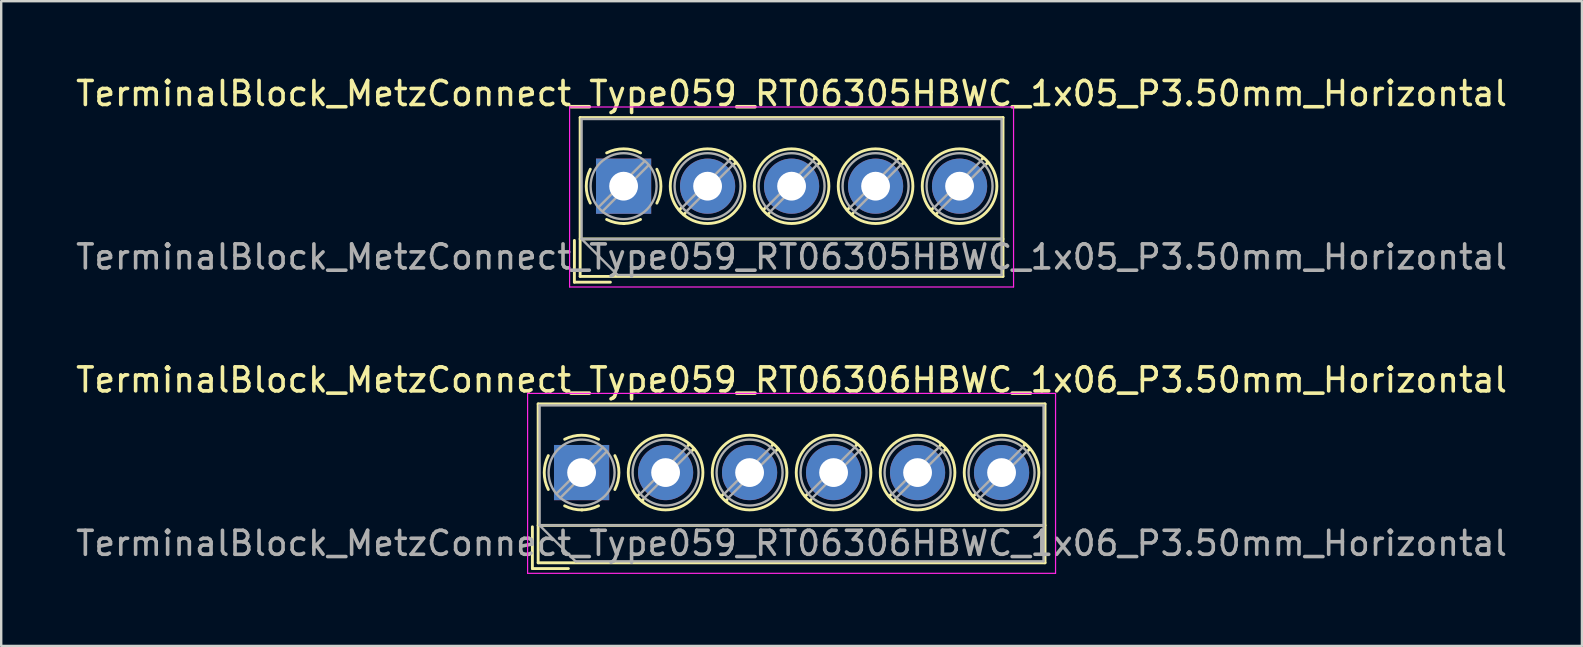
<source format=kicad_pcb>
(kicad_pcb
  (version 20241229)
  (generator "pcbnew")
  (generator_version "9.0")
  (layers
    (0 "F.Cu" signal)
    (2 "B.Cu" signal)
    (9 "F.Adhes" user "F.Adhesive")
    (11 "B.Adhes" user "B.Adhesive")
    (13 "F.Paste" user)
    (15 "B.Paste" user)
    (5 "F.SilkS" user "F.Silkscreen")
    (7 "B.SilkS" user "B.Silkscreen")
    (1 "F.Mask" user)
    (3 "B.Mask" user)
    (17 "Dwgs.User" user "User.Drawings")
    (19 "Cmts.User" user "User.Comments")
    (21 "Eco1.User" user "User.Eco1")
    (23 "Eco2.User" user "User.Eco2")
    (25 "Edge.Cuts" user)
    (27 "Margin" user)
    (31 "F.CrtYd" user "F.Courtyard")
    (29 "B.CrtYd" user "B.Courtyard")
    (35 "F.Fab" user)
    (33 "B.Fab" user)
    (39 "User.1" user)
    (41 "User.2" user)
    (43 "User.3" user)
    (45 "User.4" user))
  (footprint "TerminalBlock_MetzConnect_Type059_RT06306HBWC_1x06_P3.50mm_Horizontal"
    (layer "F.Cu")
    (at 21.185 16.642)
    (property "Reference" "TerminalBlock_MetzConnect_Type059_RT06306HBWC_1x06_P3.50mm_Horizontal" (at 8.75 -3.86 0) (layer "F.SilkS") (effects (font (size 1 1) (thickness 0.15))))
    (attr through_hole)
    (fp_line (start -2.05 2.26) (end -2.05 4) (stroke (width 0.12) (type solid)) (layer "F.SilkS"))
    (fp_line (start -2.05 4) (end -0.55 4) (stroke (width 0.12) (type solid)) (layer "F.SilkS"))
    (fp_line (start -1.81 -2.86) (end -1.81 3.76) (stroke (width 0.12) (type solid)) (layer "F.SilkS"))
    (fp_line (start -1.81 -2.86) (end 19.311 -2.86) (stroke (width 0.12) (type solid)) (layer "F.SilkS"))
    (fp_line (start -1.81 2.2) (end 19.311 2.2) (stroke (width 0.12) (type solid)) (layer "F.SilkS"))
    (fp_line (start -1.81 3.76) (end 19.311 3.76) (stroke (width 0.12) (type solid)) (layer "F.SilkS"))
    (fp_line (start 2.397 0.914) (end 2.321 0.99) (stroke (width 0.12) (type solid)) (layer "F.SilkS"))
    (fp_line (start 2.565 1.125) (end 2.511 1.18) (stroke (width 0.12) (type solid)) (layer "F.SilkS"))
    (fp_line (start 4.49 -1.18) (end 4.436 -1.126) (stroke (width 0.12) (type solid)) (layer "F.SilkS"))
    (fp_line (start 4.68 -0.99) (end 4.604 -0.914) (stroke (width 0.12) (type solid)) (layer "F.SilkS"))
    (fp_line (start 5.897 0.914) (end 5.821 0.99) (stroke (width 0.12) (type solid)) (layer "F.SilkS"))
    (fp_line (start 6.065 1.125) (end 6.011 1.18) (stroke (width 0.12) (type solid)) (layer "F.SilkS"))
    (fp_line (start 7.99 -1.18) (end 7.936 -1.126) (stroke (width 0.12) (type solid)) (layer "F.SilkS"))
    (fp_line (start 8.18 -0.99) (end 8.104 -0.914) (stroke (width 0.12) (type solid)) (layer "F.SilkS"))
    (fp_line (start 9.397 0.914) (end 9.321 0.99) (stroke (width 0.12) (type solid)) (layer "F.SilkS"))
    (fp_line (start 9.565 1.125) (end 9.511 1.18) (stroke (width 0.12) (type solid)) (layer "F.SilkS"))
    (fp_line (start 11.49 -1.18) (end 11.436 -1.126) (stroke (width 0.12) (type solid)) (layer "F.SilkS"))
    (fp_line (start 11.68 -0.99) (end 11.604 -0.914) (stroke (width 0.12) (type solid)) (layer "F.SilkS"))
    (fp_line (start 12.897 0.914) (end 12.821 0.99) (stroke (width 0.12) (type solid)) (layer "F.SilkS"))
    (fp_line (start 13.065 1.125) (end 13.011 1.18) (stroke (width 0.12) (type solid)) (layer "F.SilkS"))
    (fp_line (start 14.99 -1.18) (end 14.936 -1.126) (stroke (width 0.12) (type solid)) (layer "F.SilkS"))
    (fp_line (start 15.18 -0.99) (end 15.104 -0.914) (stroke (width 0.12) (type solid)) (layer "F.SilkS"))
    (fp_line (start 16.397 0.914) (end 16.321 0.99) (stroke (width 0.12) (type solid)) (layer "F.SilkS"))
    (fp_line (start 16.565 1.125) (end 16.511 1.18) (stroke (width 0.12) (type solid)) (layer "F.SilkS"))
    (fp_line (start 18.49 -1.18) (end 18.436 -1.126) (stroke (width 0.12) (type solid)) (layer "F.SilkS"))
    (fp_line (start 18.68 -0.99) (end 18.604 -0.914) (stroke (width 0.12) (type solid)) (layer "F.SilkS"))
    (fp_line (start 19.311 -2.86) (end 19.311 3.76) (stroke (width 0.12) (type solid)) (layer "F.SilkS"))
    (fp_arc (start -1.386645 0.705733) (mid -1.555906 -0.000711) (end -1.386 -0.707) (stroke (width 0.12) (type solid)) (layer "F.SilkS"))
    (fp_arc (start -0.705733 -1.386645) (mid 0.000711 -1.555906) (end 0.707 -1.386) (stroke (width 0.12) (type solid)) (layer "F.SilkS"))
    (fp_arc (start 0.026444 1.555682) (mid -0.350695 1.515869) (end -0.707 1.386) (stroke (width 0.12) (type solid)) (layer "F.SilkS"))
    (fp_arc (start 0.705955 1.385515) (mid 0.363007 1.512035) (end 0 1.555) (stroke (width 0.12) (type solid)) (layer "F.SilkS"))
    (fp_arc (start 1.386645 -0.705733) (mid 1.555906 0.000711) (end 1.386 0.707) (stroke (width 0.12) (type solid)) (layer "F.SilkS"))
    (fp_circle (center 3.5 0) (end 5.055 0) (stroke (width 0.12) (type solid)) (fill no) (layer "F.SilkS"))
    (fp_circle (center 7 0) (end 8.555 0) (stroke (width 0.12) (type solid)) (fill no) (layer "F.SilkS"))
    (fp_circle (center 10.5 0) (end 12.055 0) (stroke (width 0.12) (type solid)) (fill no) (layer "F.SilkS"))
    (fp_circle (center 14 0) (end 15.555 0) (stroke (width 0.12) (type solid)) (fill no) (layer "F.SilkS"))
    (fp_circle (center 17.5 0) (end 19.055 0) (stroke (width 0.12) (type solid)) (fill no) (layer "F.SilkS"))
    (fp_line (start -2.25 -3.3) (end -2.25 4.2) (stroke (width 0.05) (type solid)) (layer "F.CrtYd"))
    (fp_line (start -2.25 4.2) (end 19.75 4.2) (stroke (width 0.05) (type solid)) (layer "F.CrtYd"))
    (fp_line (start 19.75 -3.3) (end -2.25 -3.3) (stroke (width 0.05) (type solid)) (layer "F.CrtYd"))
    (fp_line (start 19.75 4.2) (end 19.75 -3.3) (stroke (width 0.05) (type solid)) (layer "F.CrtYd"))
    (fp_line (start -1.75 -2.8) (end 19.25 -2.8) (stroke (width 0.1) (type solid)) (layer "F.Fab"))
    (fp_line (start -1.75 2.2) (end -1.75 -2.8) (stroke (width 0.1) (type solid)) (layer "F.Fab"))
    (fp_line (start -1.75 2.2) (end 19.25 2.2) (stroke (width 0.1) (type solid)) (layer "F.Fab"))
    (fp_line (start -0.25 3.7) (end -1.75 2.2) (stroke (width 0.1) (type solid)) (layer "F.Fab"))
    (fp_line (start 0.876 -1.043) (end -1.043 0.875) (stroke (width 0.1) (type solid)) (layer "F.Fab"))
    (fp_line (start 1.043 -0.875) (end -0.876 1.043) (stroke (width 0.1) (type solid)) (layer "F.Fab"))
    (fp_line (start 4.376 -1.043) (end 2.458 0.875) (stroke (width 0.1) (type solid)) (layer "F.Fab"))
    (fp_line (start 4.543 -0.875) (end 2.625 1.043) (stroke (width 0.1) (type solid)) (layer "F.Fab"))
    (fp_line (start 7.876 -1.043) (end 5.958 0.875) (stroke (width 0.1) (type solid)) (layer "F.Fab"))
    (fp_line (start 8.043 -0.875) (end 6.125 1.043) (stroke (width 0.1) (type solid)) (layer "F.Fab"))
    (fp_line (start 11.376 -1.043) (end 9.458 0.875) (stroke (width 0.1) (type solid)) (layer "F.Fab"))
    (fp_line (start 11.543 -0.875) (end 9.625 1.043) (stroke (width 0.1) (type solid)) (layer "F.Fab"))
    (fp_line (start 14.876 -1.043) (end 12.958 0.875) (stroke (width 0.1) (type solid)) (layer "F.Fab"))
    (fp_line (start 15.043 -0.875) (end 13.125 1.043) (stroke (width 0.1) (type solid)) (layer "F.Fab"))
    (fp_line (start 18.376 -1.043) (end 16.458 0.875) (stroke (width 0.1) (type solid)) (layer "F.Fab"))
    (fp_line (start 18.543 -0.875) (end 16.625 1.043) (stroke (width 0.1) (type solid)) (layer "F.Fab"))
    (fp_line (start 19.25 -2.8) (end 19.25 3.7) (stroke (width 0.1) (type solid)) (layer "F.Fab"))
    (fp_line (start 19.25 3.7) (end -0.25 3.7) (stroke (width 0.1) (type solid)) (layer "F.Fab"))
    (fp_circle (center 0 0) (end 1.375 0) (stroke (width 0.1) (type solid)) (fill no) (layer "F.Fab"))
    (fp_circle (center 3.5 0) (end 4.875 0) (stroke (width 0.1) (type solid)) (fill no) (layer "F.Fab"))
    (fp_circle (center 7 0) (end 8.375 0) (stroke (width 0.1) (type solid)) (fill no) (layer "F.Fab"))
    (fp_circle (center 10.5 0) (end 11.875 0) (stroke (width 0.1) (type solid)) (fill no) (layer "F.Fab"))
    (fp_circle (center 14 0) (end 15.375 0) (stroke (width 0.1) (type solid)) (fill no) (layer "F.Fab"))
    (fp_circle (center 17.5 0) (end 18.875 0) (stroke (width 0.1) (type solid)) (fill no) (layer "F.Fab"))
    (fp_text user "${REFERENCE}" (at 8.75 2.95 0) (layer "F.Fab") (effects (font (size 1 1) (thickness 0.15))))
    (pad "1" thru_hole rect (at 0 0) (size 2.3 2.3) (drill 1.2) (layers "*.Cu" "*.Mask"))
    (pad "2" thru_hole circle (at 3.5 0) (size 2.3 2.3) (drill 1.2) (layers "*.Cu" "*.Mask"))
    (pad "3" thru_hole circle (at 7 0) (size 2.3 2.3) (drill 1.2) (layers "*.Cu" "*.Mask"))
    (pad "4" thru_hole circle (at 10.5 0) (size 2.3 2.3) (drill 1.2) (layers "*.Cu" "*.Mask"))
    (pad "5" thru_hole circle (at 14 0) (size 2.3 2.3) (drill 1.2) (layers "*.Cu" "*.Mask"))
    (pad "6" thru_hole circle (at 17.5 0) (size 2.3 2.3) (drill 1.2) (layers "*.Cu" "*.Mask")))
  (footprint "TerminalBlock_MetzConnect_Type059_RT06305HBWC_1x05_P3.50mm_Horizontal"
    (layer "F.Cu")
    (at 22.935 4.708)
    (property "Reference" "TerminalBlock_MetzConnect_Type059_RT06305HBWC_1x05_P3.50mm_Horizontal" (at 7 -3.86 0) (layer "F.SilkS") (effects (font (size 1 1) (thickness 0.15))))
    (attr through_hole)
    (fp_line (start -2.05 2.26) (end -2.05 4) (stroke (width 0.12) (type solid)) (layer "F.SilkS"))
    (fp_line (start -2.05 4) (end -0.55 4) (stroke (width 0.12) (type solid)) (layer "F.SilkS"))
    (fp_line (start -1.81 -2.86) (end -1.81 3.76) (stroke (width 0.12) (type solid)) (layer "F.SilkS"))
    (fp_line (start -1.81 -2.86) (end 15.81 -2.86) (stroke (width 0.12) (type solid)) (layer "F.SilkS"))
    (fp_line (start -1.81 2.2) (end 15.81 2.2) (stroke (width 0.12) (type solid)) (layer "F.SilkS"))
    (fp_line (start -1.81 3.76) (end 15.81 3.76) (stroke (width 0.12) (type solid)) (layer "F.SilkS"))
    (fp_line (start 2.397 0.914) (end 2.321 0.99) (stroke (width 0.12) (type solid)) (layer "F.SilkS"))
    (fp_line (start 2.565 1.125) (end 2.511 1.18) (stroke (width 0.12) (type solid)) (layer "F.SilkS"))
    (fp_line (start 4.49 -1.18) (end 4.436 -1.126) (stroke (width 0.12) (type solid)) (layer "F.SilkS"))
    (fp_line (start 4.68 -0.99) (end 4.604 -0.914) (stroke (width 0.12) (type solid)) (layer "F.SilkS"))
    (fp_line (start 5.897 0.914) (end 5.821 0.99) (stroke (width 0.12) (type solid)) (layer "F.SilkS"))
    (fp_line (start 6.065 1.125) (end 6.011 1.18) (stroke (width 0.12) (type solid)) (layer "F.SilkS"))
    (fp_line (start 7.99 -1.18) (end 7.936 -1.126) (stroke (width 0.12) (type solid)) (layer "F.SilkS"))
    (fp_line (start 8.18 -0.99) (end 8.104 -0.914) (stroke (width 0.12) (type solid)) (layer "F.SilkS"))
    (fp_line (start 9.397 0.914) (end 9.321 0.99) (stroke (width 0.12) (type solid)) (layer "F.SilkS"))
    (fp_line (start 9.565 1.125) (end 9.511 1.18) (stroke (width 0.12) (type solid)) (layer "F.SilkS"))
    (fp_line (start 11.49 -1.18) (end 11.436 -1.126) (stroke (width 0.12) (type solid)) (layer "F.SilkS"))
    (fp_line (start 11.68 -0.99) (end 11.604 -0.914) (stroke (width 0.12) (type solid)) (layer "F.SilkS"))
    (fp_line (start 12.897 0.914) (end 12.821 0.99) (stroke (width 0.12) (type solid)) (layer "F.SilkS"))
    (fp_line (start 13.065 1.125) (end 13.011 1.18) (stroke (width 0.12) (type solid)) (layer "F.SilkS"))
    (fp_line (start 14.99 -1.18) (end 14.936 -1.126) (stroke (width 0.12) (type solid)) (layer "F.SilkS"))
    (fp_line (start 15.18 -0.99) (end 15.104 -0.914) (stroke (width 0.12) (type solid)) (layer "F.SilkS"))
    (fp_line (start 15.81 -2.86) (end 15.81 3.76) (stroke (width 0.12) (type solid)) (layer "F.SilkS"))
    (fp_arc (start -1.386645 0.705733) (mid -1.555906 -0.000711) (end -1.386 -0.707) (stroke (width 0.12) (type solid)) (layer "F.SilkS"))
    (fp_arc (start -0.705733 -1.386645) (mid 0.000711 -1.555906) (end 0.707 -1.386) (stroke (width 0.12) (type solid)) (layer "F.SilkS"))
    (fp_arc (start 0.026444 1.555682) (mid -0.350695 1.515869) (end -0.707 1.386) (stroke (width 0.12) (type solid)) (layer "F.SilkS"))
    (fp_arc (start 0.705955 1.385515) (mid 0.363007 1.512035) (end 0 1.555) (stroke (width 0.12) (type solid)) (layer "F.SilkS"))
    (fp_arc (start 1.386645 -0.705733) (mid 1.555906 0.000711) (end 1.386 0.707) (stroke (width 0.12) (type solid)) (layer "F.SilkS"))
    (fp_circle (center 3.5 0) (end 5.055 0) (stroke (width 0.12) (type solid)) (fill no) (layer "F.SilkS"))
    (fp_circle (center 7 0) (end 8.555 0) (stroke (width 0.12) (type solid)) (fill no) (layer "F.SilkS"))
    (fp_circle (center 10.5 0) (end 12.055 0) (stroke (width 0.12) (type solid)) (fill no) (layer "F.SilkS"))
    (fp_circle (center 14 0) (end 15.555 0) (stroke (width 0.12) (type solid)) (fill no) (layer "F.SilkS"))
    (fp_line (start -2.25 -3.3) (end -2.25 4.2) (stroke (width 0.05) (type solid)) (layer "F.CrtYd"))
    (fp_line (start -2.25 4.2) (end 16.25 4.2) (stroke (width 0.05) (type solid)) (layer "F.CrtYd"))
    (fp_line (start 16.25 -3.3) (end -2.25 -3.3) (stroke (width 0.05) (type solid)) (layer "F.CrtYd"))
    (fp_line (start 16.25 4.2) (end 16.25 -3.3) (stroke (width 0.05) (type solid)) (layer "F.CrtYd"))
    (fp_line (start -1.75 -2.8) (end 15.75 -2.8) (stroke (width 0.1) (type solid)) (layer "F.Fab"))
    (fp_line (start -1.75 2.2) (end -1.75 -2.8) (stroke (width 0.1) (type solid)) (layer "F.Fab"))
    (fp_line (start -1.75 2.2) (end 15.75 2.2) (stroke (width 0.1) (type solid)) (layer "F.Fab"))
    (fp_line (start -0.25 3.7) (end -1.75 2.2) (stroke (width 0.1) (type solid)) (layer "F.Fab"))
    (fp_line (start 0.876 -1.043) (end -1.043 0.875) (stroke (width 0.1) (type solid)) (layer "F.Fab"))
    (fp_line (start 1.043 -0.875) (end -0.876 1.043) (stroke (width 0.1) (type solid)) (layer "F.Fab"))
    (fp_line (start 4.376 -1.043) (end 2.458 0.875) (stroke (width 0.1) (type solid)) (layer "F.Fab"))
    (fp_line (start 4.543 -0.875) (end 2.625 1.043) (stroke (width 0.1) (type solid)) (layer "F.Fab"))
    (fp_line (start 7.876 -1.043) (end 5.958 0.875) (stroke (width 0.1) (type solid)) (layer "F.Fab"))
    (fp_line (start 8.043 -0.875) (end 6.125 1.043) (stroke (width 0.1) (type solid)) (layer "F.Fab"))
    (fp_line (start 11.376 -1.043) (end 9.458 0.875) (stroke (width 0.1) (type solid)) (layer "F.Fab"))
    (fp_line (start 11.543 -0.875) (end 9.625 1.043) (stroke (width 0.1) (type solid)) (layer "F.Fab"))
    (fp_line (start 14.876 -1.043) (end 12.958 0.875) (stroke (width 0.1) (type solid)) (layer "F.Fab"))
    (fp_line (start 15.043 -0.875) (end 13.125 1.043) (stroke (width 0.1) (type solid)) (layer "F.Fab"))
    (fp_line (start 15.75 -2.8) (end 15.75 3.7) (stroke (width 0.1) (type solid)) (layer "F.Fab"))
    (fp_line (start 15.75 3.7) (end -0.25 3.7) (stroke (width 0.1) (type solid)) (layer "F.Fab"))
    (fp_circle (center 0 0) (end 1.375 0) (stroke (width 0.1) (type solid)) (fill no) (layer "F.Fab"))
    (fp_circle (center 3.5 0) (end 4.875 0) (stroke (width 0.1) (type solid)) (fill no) (layer "F.Fab"))
    (fp_circle (center 7 0) (end 8.375 0) (stroke (width 0.1) (type solid)) (fill no) (layer "F.Fab"))
    (fp_circle (center 10.5 0) (end 11.875 0) (stroke (width 0.1) (type solid)) (fill no) (layer "F.Fab"))
    (fp_circle (center 14 0) (end 15.375 0) (stroke (width 0.1) (type solid)) (fill no) (layer "F.Fab"))
    (fp_text user "${REFERENCE}" (at 7 2.95 0) (layer "F.Fab") (effects (font (size 1 1) (thickness 0.15))))
    (pad "1" thru_hole rect (at 0 0) (size 2.3 2.3) (drill 1.2) (layers "*.Cu" "*.Mask"))
    (pad "2" thru_hole circle (at 3.5 0) (size 2.3 2.3) (drill 1.2) (layers "*.Cu" "*.Mask"))
    (pad "3" thru_hole circle (at 7 0) (size 2.3 2.3) (drill 1.2) (layers "*.Cu" "*.Mask"))
    (pad "4" thru_hole circle (at 10.5 0) (size 2.3 2.3) (drill 1.2) (layers "*.Cu" "*.Mask"))
    (pad "5" thru_hole circle (at 14 0) (size 2.3 2.3) (drill 1.2) (layers "*.Cu" "*.Mask")))
  (gr_rect
    (start -3 -3)
    (end 62.869 23.866)
    (stroke (width 0.1) (type default))
    (fill no)
    (layer "Edge.Cuts")))
</source>
